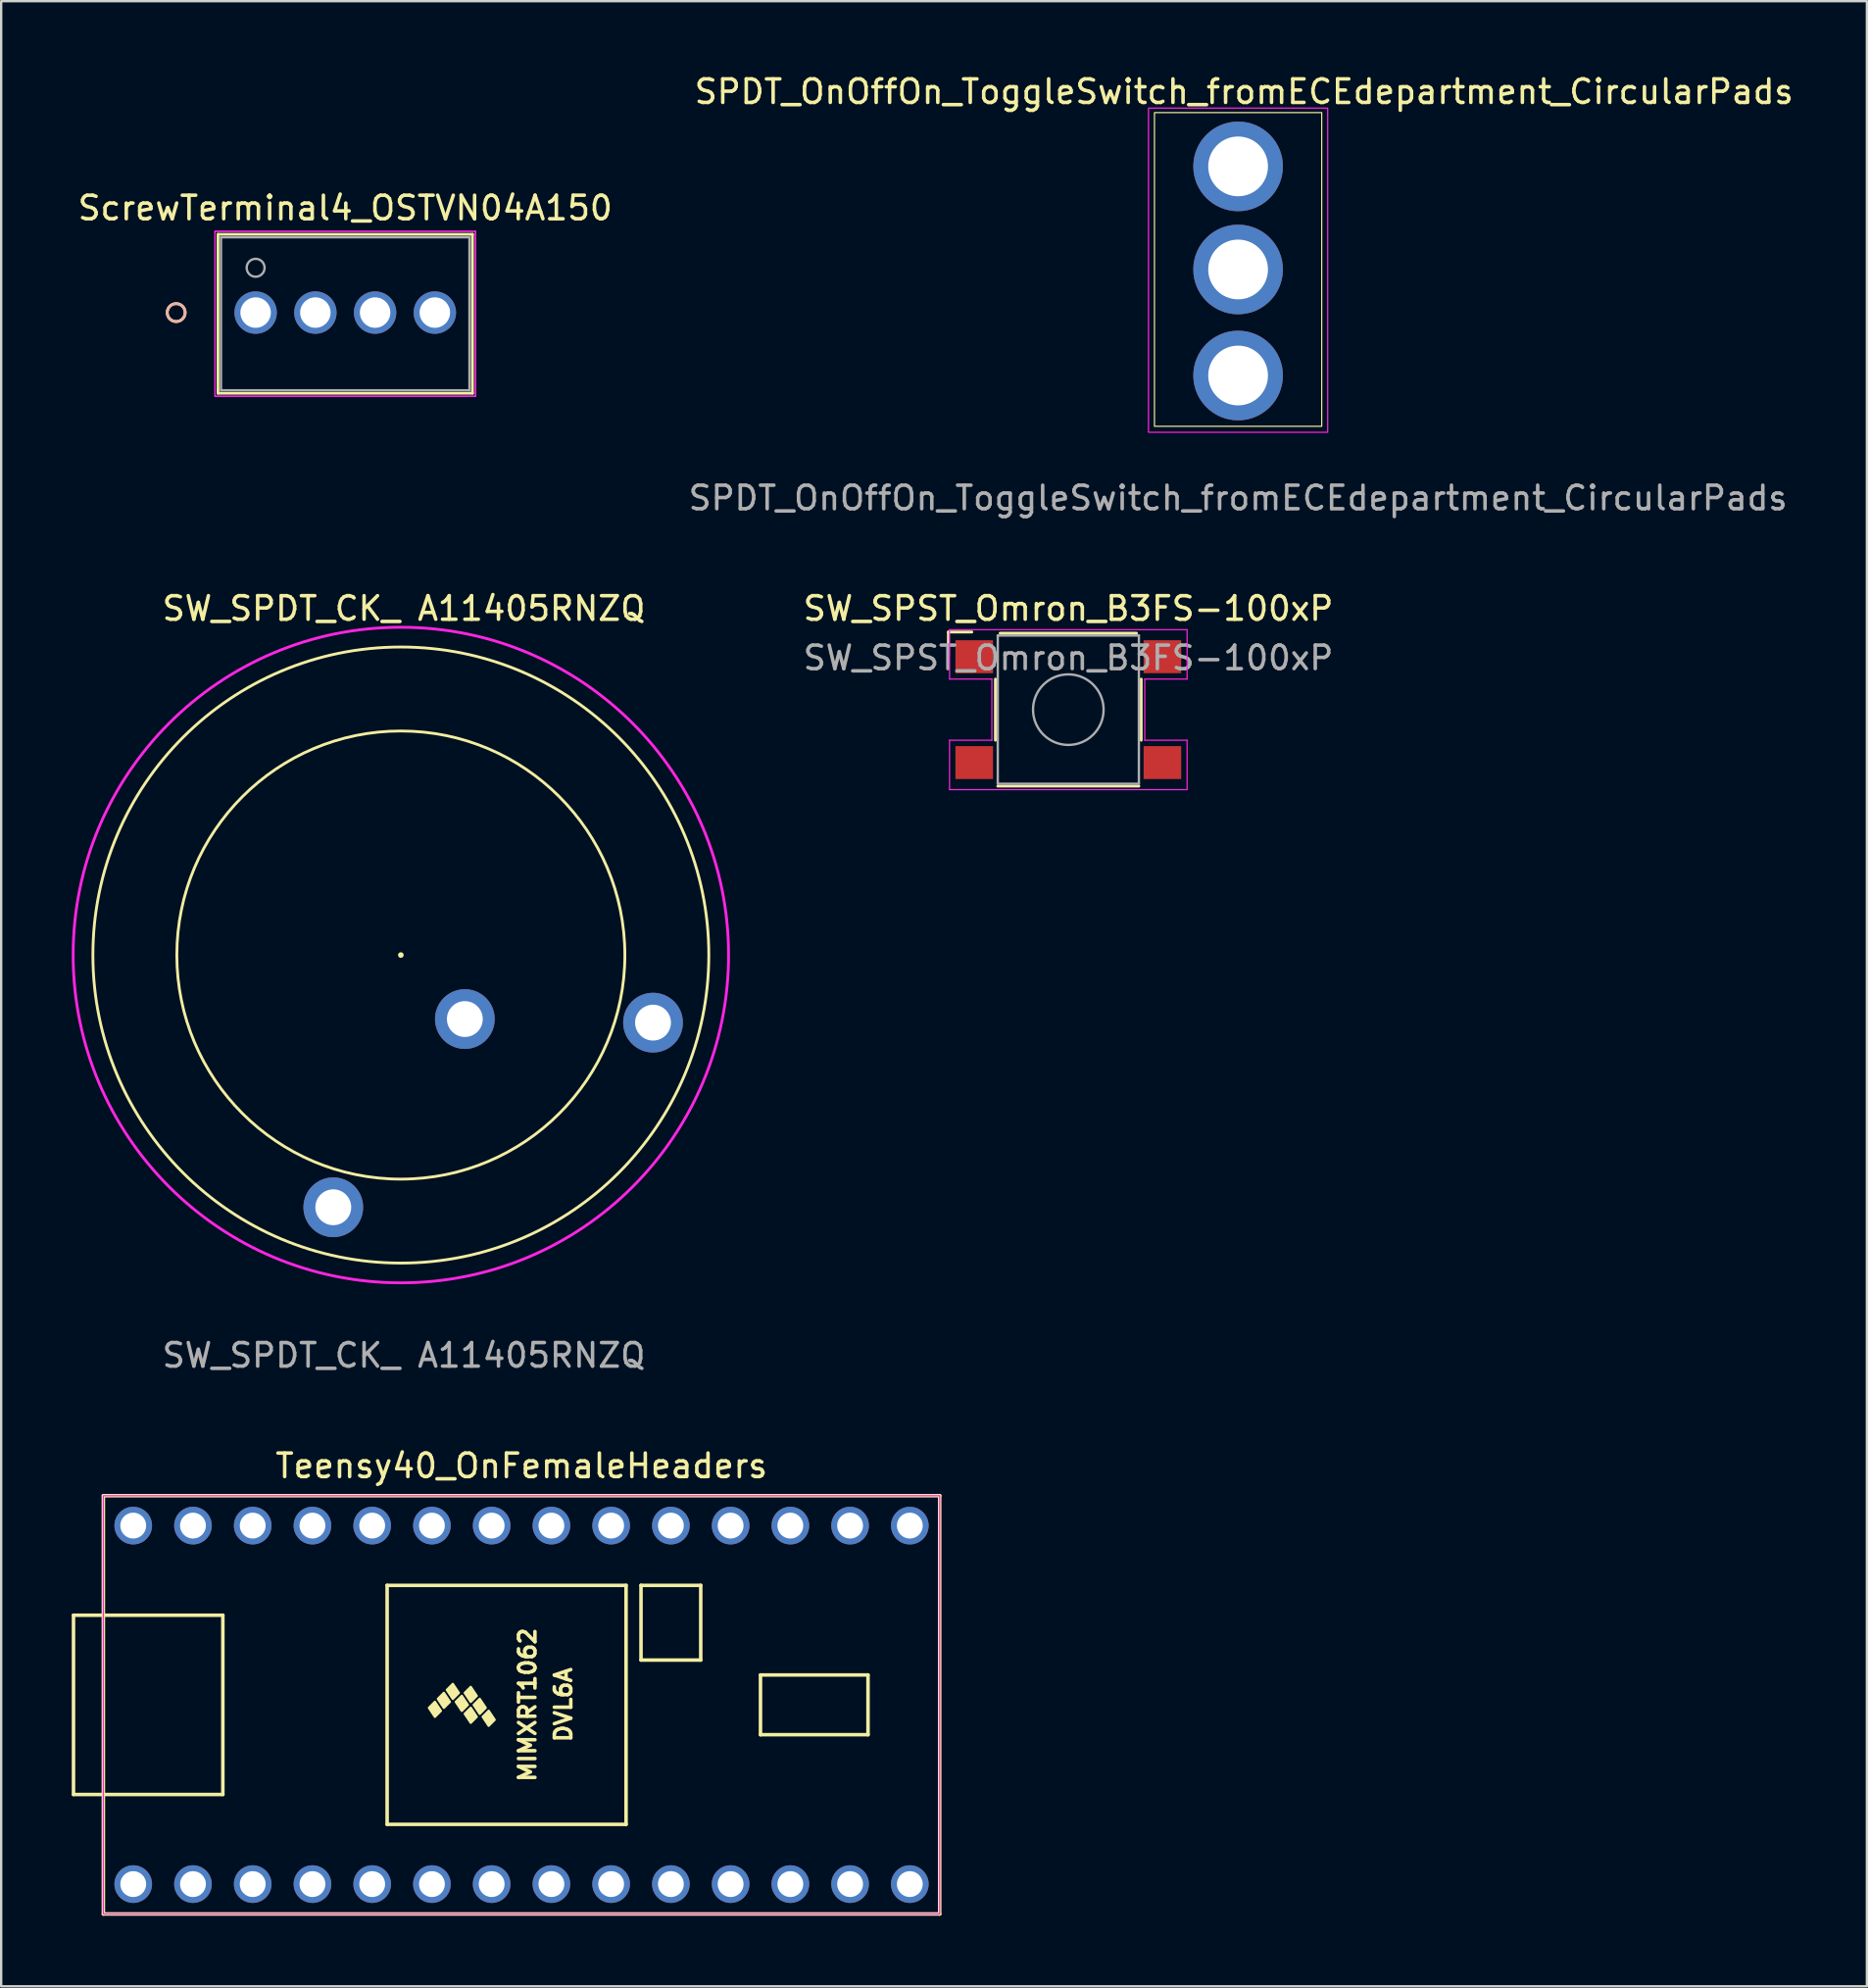
<source format=kicad_pcb>
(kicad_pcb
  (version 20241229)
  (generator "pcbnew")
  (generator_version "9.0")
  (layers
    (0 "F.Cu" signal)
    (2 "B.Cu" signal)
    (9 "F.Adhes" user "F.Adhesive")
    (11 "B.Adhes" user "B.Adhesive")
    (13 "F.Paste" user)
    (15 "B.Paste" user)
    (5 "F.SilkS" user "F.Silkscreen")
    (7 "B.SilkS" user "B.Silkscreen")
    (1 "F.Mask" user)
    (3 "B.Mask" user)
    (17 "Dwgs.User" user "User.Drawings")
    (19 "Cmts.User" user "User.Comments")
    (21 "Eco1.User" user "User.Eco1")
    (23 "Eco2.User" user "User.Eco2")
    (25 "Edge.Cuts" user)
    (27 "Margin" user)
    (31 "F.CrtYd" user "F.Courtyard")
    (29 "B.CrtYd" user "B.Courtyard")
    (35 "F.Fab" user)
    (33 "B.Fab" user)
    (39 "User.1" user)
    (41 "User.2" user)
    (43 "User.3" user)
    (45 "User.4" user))
  (footprint "SW_SPDT_CK_ A11405RNZQ"
    (layer "F.Cu")
    (at 13.994 37.549)
    (property "Reference" "SW_SPDT_CK_ A11405RNZQ" (at 0.127 -14.732 0) (unlocked yes) (layer "F.SilkS") (effects (font (size 1 1) (thickness 0.15))))
    (fp_circle (center 0 0) (end 0 0) (stroke (width 0.12) (type solid)) (fill no) (layer "F.SilkS"))
    (fp_circle (center 0 0) (end 9.525 0) (stroke (width 0.12) (type solid)) (fill no) (layer "F.SilkS"))
    (fp_circle (center 0 0) (end 13.094 0) (stroke (width 0.12) (type solid)) (fill no) (layer "F.SilkS"))
    (fp_circle (center 0 0) (end 13.934 0) (stroke (width 0.12) (type solid)) (fill no) (layer "F.CrtYd"))
    (fp_text user "${REFERENCE}" (at 0.127 17.018 0) (unlocked yes) (layer "F.Fab") (effects (font (size 1 1) (thickness 0.15))))
    (pad "1" thru_hole circle (at 10.722 2.873 25) (size 2.54 2.54) (drill 1.524) (layers "*.Cu" "*.Mask"))
    (pad "4" thru_hole circle (at -2.873 10.722 100) (size 2.54 2.54) (drill 1.524) (layers "*.Cu" "*.Mask"))
    (pad "A" thru_hole circle (at 2.721 2.721 25) (size 2.54 2.54) (drill 1.524) (layers "*.Cu" "*.Mask")))
  (footprint "SW_SPST_Omron_B3FS-100xP"
    (layer "F.Cu")
    (at 42.374 27.117)
    (property "Reference" "SW_SPST_Omron_B3FS-100xP" (at 0 -4.3 0) (layer "F.SilkS") (effects (font (size 1 1) (thickness 0.15))))
    (attr smd)
    (fp_line (start -5.1 -3.3) (end -4.1 -3.3) (stroke (width 0.12) (type solid)) (layer "F.SilkS"))
    (fp_line (start -5.1 -2.3) (end -5.1 -3.3) (stroke (width 0.12) (type solid)) (layer "F.SilkS"))
    (fp_line (start -3.1 -1.3) (end -3.1 1.3) (stroke (width 0.12) (type solid)) (layer "F.SilkS"))
    (fp_line (start 2.9 -3.25) (end -2.9 -3.25) (stroke (width 0.12) (type solid)) (layer "F.SilkS"))
    (fp_line (start 3 3.25) (end -3 3.25) (stroke (width 0.12) (type solid)) (layer "F.SilkS"))
    (fp_line (start 3.1 -1.3) (end 3.1 1.3) (stroke (width 0.12) (type solid)) (layer "F.SilkS"))
    (fp_line (start -5.05 -3.4) (end 5.05 -3.4) (stroke (width 0.05) (type solid)) (layer "F.CrtYd"))
    (fp_line (start -5.05 -1.3) (end -5.05 -3.4) (stroke (width 0.05) (type solid)) (layer "F.CrtYd"))
    (fp_line (start -5.05 1.3) (end -3.25 1.3) (stroke (width 0.05) (type solid)) (layer "F.CrtYd"))
    (fp_line (start -5.05 3.4) (end -5.05 1.3) (stroke (width 0.05) (type solid)) (layer "F.CrtYd"))
    (fp_line (start -3.25 -1.3) (end -5.05 -1.3) (stroke (width 0.05) (type solid)) (layer "F.CrtYd"))
    (fp_line (start -3.25 1.3) (end -3.25 -1.3) (stroke (width 0.05) (type solid)) (layer "F.CrtYd"))
    (fp_line (start 3.25 -1.3) (end 3.25 1.3) (stroke (width 0.05) (type solid)) (layer "F.CrtYd"))
    (fp_line (start 3.25 1.3) (end 5.05 1.3) (stroke (width 0.05) (type solid)) (layer "F.CrtYd"))
    (fp_line (start 5.05 -3.4) (end 5.05 -1.3) (stroke (width 0.05) (type solid)) (layer "F.CrtYd"))
    (fp_line (start 5.05 -1.3) (end 3.25 -1.3) (stroke (width 0.05) (type solid)) (layer "F.CrtYd"))
    (fp_line (start 5.05 1.3) (end 5.05 3.4) (stroke (width 0.05) (type solid)) (layer "F.CrtYd"))
    (fp_line (start 5.05 3.4) (end -5.05 3.4) (stroke (width 0.05) (type solid)) (layer "F.CrtYd"))
    (fp_line (start -3 -3.15) (end 3 -3.15) (stroke (width 0.1) (type solid)) (layer "F.Fab"))
    (fp_line (start -3 3.15) (end -3 -3.15) (stroke (width 0.1) (type solid)) (layer "F.Fab"))
    (fp_line (start 3 -3.15) (end 3 3.15) (stroke (width 0.1) (type solid)) (layer "F.Fab"))
    (fp_line (start 3 3.15) (end -3 3.15) (stroke (width 0.1) (type solid)) (layer "F.Fab"))
    (fp_circle (center 0 0) (end 1.5 0) (stroke (width 0.1) (type solid)) (fill no) (layer "F.Fab"))
    (fp_text user "${REFERENCE}" (at 0 -2.2 0) (layer "F.Fab") (effects (font (size 1 1) (thickness 0.15))))
    (pad "1" smd rect (at -4 -2.25 180) (size 1.6 1.4) (layers "F.Cu" "F.Mask" "F.Paste"))
    (pad "2" smd rect (at 4 -2.25 180) (size 1.6 1.4) (layers "F.Cu" "F.Mask" "F.Paste"))
    (pad "3" smd rect (at -4 2.25 180) (size 1.6 1.4) (layers "F.Cu" "F.Mask" "F.Paste"))
    (pad "4" smd rect (at 4 2.25 180) (size 1.6 1.4) (layers "F.Cu" "F.Mask" "F.Paste")))
  (footprint "SPDT_OnOffOn_ToggleSwitch_fromECEdepartment_CircularPads"
    (layer "F.Cu")
    (at 46.037 1.737)
    (property "Reference" "SPDT_OnOffOn_ToggleSwitch_fromECEdepartment_CircularPads" (at 3.81 -0.889 0) (unlocked yes) (layer "F.SilkS") (effects (font (size 1 1) (thickness 0.15))))
    (attr through_hole)
    (fp_rect (start 0 0) (end 7.112 13.335) (stroke (width 0.05) (type solid)) (fill no) (layer "F.SilkS"))
    (fp_rect (start -0.254 -0.191) (end 7.366 13.589) (stroke (width 0.05) (type solid)) (fill no) (layer "F.CrtYd"))
    (fp_text user "${REFERENCE}" (at 3.556 16.383 0) (unlocked yes) (layer "F.Fab") (effects (font (size 1 1) (thickness 0.15))))
    (pad "1" thru_hole circle (at 3.556 2.286) (size 3.81 3.81) (drill 2.54) (layers "*.Cu" "*.Mask"))
    (pad "2" thru_hole circle (at 3.556 6.668) (size 3.81 3.81) (drill 2.54) (layers "*.Cu" "*.Mask"))
    (pad "3" thru_hole circle (at 3.556 11.176) (size 3.81 3.81) (drill 2.54) (layers "*.Cu" "*.Mask")))
  (footprint "Teensy40_OnFemaleHeaders"
    (layer "F.Cu")
    (at 19.125 69.423)
    (property "Reference" "Teensy40_OnFemaleHeaders" (at 0 -10.16 0) (layer "F.SilkS") (effects (font (size 1 1) (thickness 0.15))))
    (attr through_hole)
    (fp_line (start -19.05 -3.81) (end -17.78 -3.81) (stroke (width 0.15) (type solid)) (layer "F.SilkS"))
    (fp_line (start -19.05 3.81) (end -19.05 -3.81) (stroke (width 0.15) (type solid)) (layer "F.SilkS"))
    (fp_line (start -17.78 -8.89) (end 17.78 -8.89) (stroke (width 0.15) (type solid)) (layer "F.SilkS"))
    (fp_line (start -17.78 3.81) (end -19.05 3.81) (stroke (width 0.15) (type solid)) (layer "F.SilkS"))
    (fp_line (start -17.78 8.89) (end -17.78 -8.89) (stroke (width 0.15) (type solid)) (layer "F.SilkS"))
    (fp_line (start -12.7 -3.81) (end -17.78 -3.81) (stroke (width 0.15) (type solid)) (layer "F.SilkS"))
    (fp_line (start -12.7 3.81) (end -17.78 3.81) (stroke (width 0.15) (type solid)) (layer "F.SilkS"))
    (fp_line (start -12.7 3.81) (end -12.7 -3.81) (stroke (width 0.15) (type solid)) (layer "F.SilkS"))
    (fp_line (start -5.715 -5.08) (end -5.715 5.08) (stroke (width 0.15) (type solid)) (layer "F.SilkS"))
    (fp_line (start 4.445 -5.08) (end -5.715 -5.08) (stroke (width 0.15) (type solid)) (layer "F.SilkS"))
    (fp_line (start 4.445 5.08) (end -5.715 5.08) (stroke (width 0.15) (type solid)) (layer "F.SilkS"))
    (fp_line (start 4.445 5.08) (end 4.445 -5.08) (stroke (width 0.15) (type solid)) (layer "F.SilkS"))
    (fp_line (start 5.08 -5.08) (end 7.62 -5.08) (stroke (width 0.15) (type solid)) (layer "F.SilkS"))
    (fp_line (start 5.08 -1.905) (end 5.08 -5.08) (stroke (width 0.15) (type solid)) (layer "F.SilkS"))
    (fp_line (start 7.62 -5.08) (end 7.62 -1.905) (stroke (width 0.15) (type solid)) (layer "F.SilkS"))
    (fp_line (start 7.62 -1.905) (end 5.08 -1.905) (stroke (width 0.15) (type solid)) (layer "F.SilkS"))
    (fp_line (start 10.16 -1.27) (end 14.732 -1.27) (stroke (width 0.15) (type solid)) (layer "F.SilkS"))
    (fp_line (start 10.16 1.27) (end 10.16 -1.27) (stroke (width 0.15) (type solid)) (layer "F.SilkS"))
    (fp_line (start 14.732 -1.27) (end 14.732 1.27) (stroke (width 0.15) (type solid)) (layer "F.SilkS"))
    (fp_line (start 14.732 1.27) (end 10.16 1.27) (stroke (width 0.15) (type solid)) (layer "F.SilkS"))
    (fp_line (start 17.78 -8.89) (end 17.78 8.89) (stroke (width 0.15) (type solid)) (layer "F.SilkS"))
    (fp_line (start 17.78 8.89) (end -17.78 8.89) (stroke (width 0.15) (type solid)) (layer "F.SilkS"))
    (fp_poly (pts (xy -3.937 0.127) (xy -3.683 -0.127) (xy -3.429 0.254) (xy -3.683 0.508)) (stroke (width 0.1) (type solid)) (fill yes) (layer "F.SilkS"))
    (fp_poly (pts (xy -3.556 -0.254) (xy -3.302 -0.508) (xy -3.048 -0.127) (xy -3.302 0.127)) (stroke (width 0.1) (type solid)) (fill yes) (layer "F.SilkS"))
    (fp_poly (pts (xy -3.175 -0.635) (xy -2.921 -0.889) (xy -2.667 -0.508) (xy -2.921 -0.254)) (stroke (width 0.1) (type solid)) (fill yes) (layer "F.SilkS"))
    (fp_poly (pts (xy -2.794 -0.127) (xy -2.54 -0.381) (xy -2.286 0) (xy -2.54 0.254)) (stroke (width 0.1) (type solid)) (fill yes) (layer "F.SilkS"))
    (fp_poly (pts (xy -2.413 -0.508) (xy -2.159 -0.762) (xy -1.905 -0.381) (xy -2.159 -0.127)) (stroke (width 0.1) (type solid)) (fill yes) (layer "F.SilkS"))
    (fp_poly (pts (xy -2.413 0.381) (xy -2.159 0.127) (xy -1.905 0.508) (xy -2.159 0.762)) (stroke (width 0.1) (type solid)) (fill yes) (layer "F.SilkS"))
    (fp_poly (pts (xy -2.032 0) (xy -1.778 -0.254) (xy -1.524 0.127) (xy -1.778 0.381)) (stroke (width 0.1) (type solid)) (fill yes) (layer "F.SilkS"))
    (fp_poly (pts (xy -1.651 0.508) (xy -1.397 0.254) (xy -1.143 0.635) (xy -1.397 0.889)) (stroke (width 0.1) (type solid)) (fill yes) (layer "F.SilkS"))
    (fp_rect (start -17.78 -8.89) (end 17.78 8.89) (stroke (width 0.05) (type solid)) (fill no) (layer "F.CrtYd"))
    (fp_text user "DVL6A" (at 1.778 0 90) (layer "F.SilkS") (effects (font (size 0.7 0.7) (thickness 0.15))))
    (fp_text user "MIMXRT1062" (at 0.254 0 90) (layer "F.SilkS") (effects (font (size 0.7 0.7) (thickness 0.15))))
    (pad "1" thru_hole circle (at -16.51 7.62) (size 1.6 1.6) (drill 1.1) (layers "*.Cu" "*.Mask"))
    (pad "2" thru_hole circle (at -13.97 7.62) (size 1.6 1.6) (drill 1.1) (layers "*.Cu" "*.Mask"))
    (pad "3" thru_hole circle (at -11.43 7.62) (size 1.6 1.6) (drill 1.1) (layers "*.Cu" "*.Mask"))
    (pad "4" thru_hole circle (at -8.89 7.62) (size 1.6 1.6) (drill 1.1) (layers "*.Cu" "*.Mask"))
    (pad "5" thru_hole circle (at -6.35 7.62) (size 1.6 1.6) (drill 1.1) (layers "*.Cu" "*.Mask"))
    (pad "6" thru_hole circle (at -3.81 7.62) (size 1.6 1.6) (drill 1.1) (layers "*.Cu" "*.Mask"))
    (pad "7" thru_hole circle (at -1.27 7.62) (size 1.6 1.6) (drill 1.1) (layers "*.Cu" "*.Mask"))
    (pad "8" thru_hole circle (at 1.27 7.62) (size 1.6 1.6) (drill 1.1) (layers "*.Cu" "*.Mask"))
    (pad "9" thru_hole circle (at 3.81 7.62) (size 1.6 1.6) (drill 1.1) (layers "*.Cu" "*.Mask"))
    (pad "10" thru_hole circle (at 6.35 7.62) (size 1.6 1.6) (drill 1.1) (layers "*.Cu" "*.Mask"))
    (pad "11" thru_hole circle (at 8.89 7.62) (size 1.6 1.6) (drill 1.1) (layers "*.Cu" "*.Mask"))
    (pad "12" thru_hole circle (at 11.43 7.62) (size 1.6 1.6) (drill 1.1) (layers "*.Cu" "*.Mask"))
    (pad "13" thru_hole circle (at 13.97 7.62) (size 1.6 1.6) (drill 1.1) (layers "*.Cu" "*.Mask"))
    (pad "14" thru_hole circle (at 16.51 7.62) (size 1.6 1.6) (drill 1.1) (layers "*.Cu" "*.Mask"))
    (pad "20" thru_hole circle (at 16.51 -7.62) (size 1.6 1.6) (drill 1.1) (layers "*.Cu" "*.Mask"))
    (pad "21" thru_hole circle (at 13.97 -7.62) (size 1.6 1.6) (drill 1.1) (layers "*.Cu" "*.Mask"))
    (pad "22" thru_hole circle (at 11.43 -7.62) (size 1.6 1.6) (drill 1.1) (layers "*.Cu" "*.Mask"))
    (pad "23" thru_hole circle (at 8.89 -7.62) (size 1.6 1.6) (drill 1.1) (layers "*.Cu" "*.Mask"))
    (pad "24" thru_hole circle (at 6.35 -7.62) (size 1.6 1.6) (drill 1.1) (layers "*.Cu" "*.Mask"))
    (pad "25" thru_hole circle (at 3.81 -7.62) (size 1.6 1.6) (drill 1.1) (layers "*.Cu" "*.Mask"))
    (pad "26" thru_hole circle (at 1.27 -7.62) (size 1.6 1.6) (drill 1.1) (layers "*.Cu" "*.Mask"))
    (pad "27" thru_hole circle (at -1.27 -7.62) (size 1.6 1.6) (drill 1.1) (layers "*.Cu" "*.Mask"))
    (pad "28" thru_hole circle (at -3.81 -7.62) (size 1.6 1.6) (drill 1.1) (layers "*.Cu" "*.Mask"))
    (pad "29" thru_hole circle (at -6.35 -7.62) (size 1.6 1.6) (drill 1.1) (layers "*.Cu" "*.Mask"))
    (pad "30" thru_hole circle (at -8.89 -7.62) (size 1.6 1.6) (drill 1.1) (layers "*.Cu" "*.Mask"))
    (pad "31" thru_hole circle (at -11.43 -7.62) (size 1.6 1.6) (drill 1.1) (layers "*.Cu" "*.Mask"))
    (pad "32" thru_hole circle (at -13.97 -7.62) (size 1.6 1.6) (drill 1.1) (layers "*.Cu" "*.Mask"))
    (pad "33" thru_hole circle (at -16.51 -7.62) (size 1.6 1.6) (drill 1.1) (layers "*.Cu" "*.Mask")))
  (footprint "ScrewTerminal4_OSTVN04A150"
    (layer "F.Cu")
    (at 7.819 10.238)
    (property "Reference" "ScrewTerminal4_OSTVN04A150" (at 3.81 -4.445 0) (layer "F.SilkS") (effects (font (size 1 1) (thickness 0.15))))
    (attr through_hole)
    (fp_line (start -1.6 -3.327) (end -1.6 3.429) (stroke (width 0.12) (type solid)) (layer "F.SilkS"))
    (fp_line (start -1.6 3.429) (end 9.22 3.429) (stroke (width 0.12) (type solid)) (layer "F.SilkS"))
    (fp_line (start 9.22 -3.327) (end -1.6 -3.327) (stroke (width 0.12) (type solid)) (layer "F.SilkS"))
    (fp_line (start 9.22 3.429) (end 9.22 -3.327) (stroke (width 0.12) (type solid)) (layer "F.SilkS"))
    (fp_circle (center -3.378 0) (end -2.997 0) (stroke (width 0.12) (type solid)) (fill no) (layer "F.SilkS"))
    (fp_circle (center -3.378 0) (end -2.997 0) (stroke (width 0.12) (type solid)) (fill no) (layer "B.SilkS"))
    (fp_line (start -1.727 -3.454) (end -1.727 3.556) (stroke (width 0.05) (type solid)) (layer "F.CrtYd"))
    (fp_line (start -1.727 -3.454) (end -1.727 3.556) (stroke (width 0.05) (type solid)) (layer "F.CrtYd"))
    (fp_line (start -1.727 3.556) (end 9.347 3.556) (stroke (width 0.05) (type solid)) (layer "F.CrtYd"))
    (fp_line (start -1.727 3.556) (end 9.347 3.556) (stroke (width 0.05) (type solid)) (layer "F.CrtYd"))
    (fp_line (start 9.347 -3.454) (end -1.727 -3.454) (stroke (width 0.05) (type solid)) (layer "F.CrtYd"))
    (fp_line (start 9.347 -3.454) (end -1.727 -3.454) (stroke (width 0.05) (type solid)) (layer "F.CrtYd"))
    (fp_line (start 9.347 3.556) (end 9.347 -3.454) (stroke (width 0.05) (type solid)) (layer "F.CrtYd"))
    (fp_line (start 9.347 3.556) (end 9.347 -3.454) (stroke (width 0.05) (type solid)) (layer "F.CrtYd"))
    (fp_line (start -1.473 -3.2) (end -1.473 3.302) (stroke (width 0.1) (type solid)) (layer "F.Fab"))
    (fp_line (start -1.473 3.302) (end 9.093 3.302) (stroke (width 0.1) (type solid)) (layer "F.Fab"))
    (fp_line (start 9.093 -3.2) (end -1.473 -3.2) (stroke (width 0.1) (type solid)) (layer "F.Fab"))
    (fp_line (start 9.093 3.302) (end 9.093 -3.2) (stroke (width 0.1) (type solid)) (layer "F.Fab"))
    (fp_circle (center 0 -1.905) (end 0.381 -1.905) (stroke (width 0.1) (type solid)) (fill no) (layer "F.Fab"))
    (fp_text user "*" (at 0 0 0) (layer "F.SilkS") (effects (font (size 1 1) (thickness 0.15))))
    (fp_text user "Copyright 2021 Accelerated Designs. All rights reserved." (at -5.08 -10.16 0) (layer "Cmts.User") (effects (font (size 0.127 0.127) (thickness 0.002))))
    (fp_text user "*" (at 0 0 0) (layer "F.Fab") (effects (font (size 1 1) (thickness 0.15))))
    (pad "1" thru_hole circle (at 0 0) (size 1.803 1.803) (drill 1.295) (layers "*.Cu" "*.Mask"))
    (pad "2" thru_hole circle (at 2.54 0) (size 1.803 1.803) (drill 1.295) (layers "*.Cu" "*.Mask"))
    (pad "3" thru_hole circle (at 5.08 0) (size 1.803 1.803) (drill 1.295) (layers "*.Cu" "*.Mask"))
    (pad "4" thru_hole circle (at 7.62 0) (size 1.803 1.803) (drill 1.295) (layers "*.Cu" "*.Mask")))
  (gr_rect
    (start -3 -3)
    (end 76.329 81.388)
    (stroke (width 0.1) (type default))
    (fill no)
    (layer "Edge.Cuts")))
</source>
